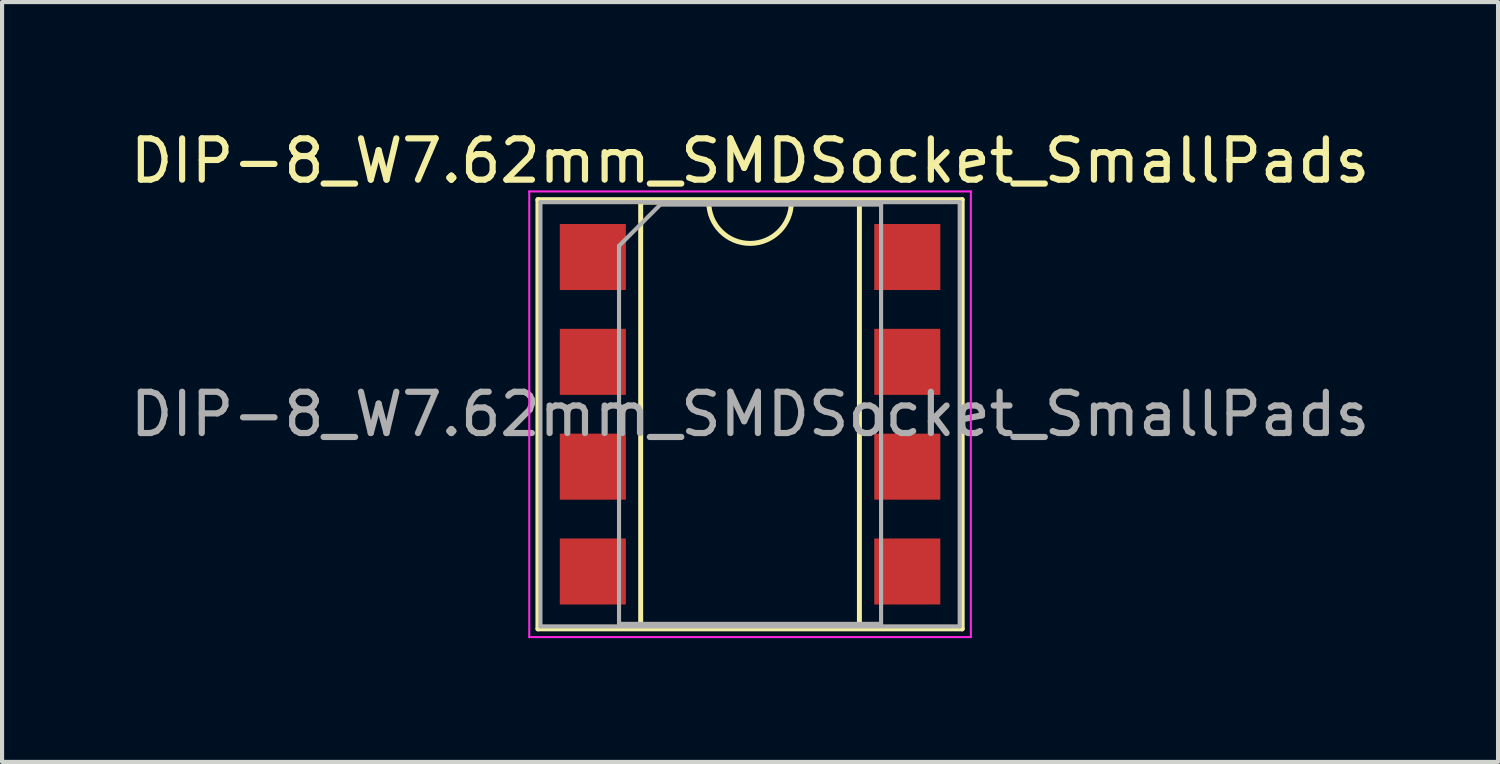
<source format=kicad_pcb>
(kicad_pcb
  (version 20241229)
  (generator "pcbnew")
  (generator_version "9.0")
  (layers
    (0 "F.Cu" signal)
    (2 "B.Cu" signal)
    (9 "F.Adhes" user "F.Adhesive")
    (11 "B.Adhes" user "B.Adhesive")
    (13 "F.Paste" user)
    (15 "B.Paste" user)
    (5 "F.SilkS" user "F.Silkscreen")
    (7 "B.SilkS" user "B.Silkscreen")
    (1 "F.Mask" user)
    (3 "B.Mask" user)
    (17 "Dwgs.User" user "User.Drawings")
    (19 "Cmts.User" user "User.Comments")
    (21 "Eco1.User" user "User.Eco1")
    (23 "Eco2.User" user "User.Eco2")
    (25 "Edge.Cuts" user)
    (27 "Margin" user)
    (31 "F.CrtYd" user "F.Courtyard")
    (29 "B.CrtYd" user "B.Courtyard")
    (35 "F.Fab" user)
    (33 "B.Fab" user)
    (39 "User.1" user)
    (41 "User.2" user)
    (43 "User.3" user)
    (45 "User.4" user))
  (footprint "DIP-8_W7.62mm_SMDSocket_SmallPads"
    (layer "F.Cu")
    (at 15.125 6.988)
    (property "Reference" "DIP-8_W7.62mm_SMDSocket_SmallPads" (at 0 -6.14 0) (layer "F.SilkS") (effects (font (size 1 1) (thickness 0.15))))
    (attr smd)
    (fp_line (start -5.14 -5.2) (end -5.14 5.2) (stroke (width 0.12) (type solid)) (layer "F.SilkS"))
    (fp_line (start -5.14 5.2) (end 5.14 5.2) (stroke (width 0.12) (type solid)) (layer "F.SilkS"))
    (fp_line (start -2.65 -5.14) (end -2.65 5.14) (stroke (width 0.12) (type solid)) (layer "F.SilkS"))
    (fp_line (start -2.65 5.14) (end 2.65 5.14) (stroke (width 0.12) (type solid)) (layer "F.SilkS"))
    (fp_line (start -1 -5.14) (end -2.65 -5.14) (stroke (width 0.12) (type solid)) (layer "F.SilkS"))
    (fp_line (start 2.65 -5.14) (end 1 -5.14) (stroke (width 0.12) (type solid)) (layer "F.SilkS"))
    (fp_line (start 2.65 5.14) (end 2.65 -5.14) (stroke (width 0.12) (type solid)) (layer "F.SilkS"))
    (fp_line (start 5.14 -5.2) (end -5.14 -5.2) (stroke (width 0.12) (type solid)) (layer "F.SilkS"))
    (fp_line (start 5.14 5.2) (end 5.14 -5.2) (stroke (width 0.12) (type solid)) (layer "F.SilkS"))
    (fp_arc (start 1 -5.14) (mid 0 -4.14) (end -1 -5.14) (stroke (width 0.12) (type solid)) (layer "F.SilkS"))
    (fp_line (start -5.35 -5.4) (end -5.35 5.4) (stroke (width 0.05) (type solid)) (layer "F.CrtYd"))
    (fp_line (start -5.35 5.4) (end 5.35 5.4) (stroke (width 0.05) (type solid)) (layer "F.CrtYd"))
    (fp_line (start 5.35 -5.4) (end -5.35 -5.4) (stroke (width 0.05) (type solid)) (layer "F.CrtYd"))
    (fp_line (start 5.35 5.4) (end 5.35 -5.4) (stroke (width 0.05) (type solid)) (layer "F.CrtYd"))
    (fp_line (start -5.08 -5.14) (end -5.08 5.14) (stroke (width 0.1) (type solid)) (layer "F.Fab"))
    (fp_line (start -5.08 5.14) (end 5.08 5.14) (stroke (width 0.1) (type solid)) (layer "F.Fab"))
    (fp_line (start -3.175 -4.08) (end -2.175 -5.08) (stroke (width 0.1) (type solid)) (layer "F.Fab"))
    (fp_line (start -3.175 5.08) (end -3.175 -4.08) (stroke (width 0.1) (type solid)) (layer "F.Fab"))
    (fp_line (start -2.175 -5.08) (end 3.175 -5.08) (stroke (width 0.1) (type solid)) (layer "F.Fab"))
    (fp_line (start 3.175 -5.08) (end 3.175 5.08) (stroke (width 0.1) (type solid)) (layer "F.Fab"))
    (fp_line (start 3.175 5.08) (end -3.175 5.08) (stroke (width 0.1) (type solid)) (layer "F.Fab"))
    (fp_line (start 5.08 -5.14) (end -5.08 -5.14) (stroke (width 0.1) (type solid)) (layer "F.Fab"))
    (fp_line (start 5.08 5.14) (end 5.08 -5.14) (stroke (width 0.1) (type solid)) (layer "F.Fab"))
    (fp_text user "${REFERENCE}" (at 0 0 0) (layer "F.Fab") (effects (font (size 1 1) (thickness 0.15))))
    (pad "1" smd rect (at -3.81 -3.81) (size 1.6 1.6) (layers "F.Cu" "F.Mask" "F.Paste"))
    (pad "2" smd rect (at -3.81 -1.27) (size 1.6 1.6) (layers "F.Cu" "F.Mask" "F.Paste"))
    (pad "3" smd rect (at -3.81 1.27) (size 1.6 1.6) (layers "F.Cu" "F.Mask" "F.Paste"))
    (pad "4" smd rect (at -3.81 3.81) (size 1.6 1.6) (layers "F.Cu" "F.Mask" "F.Paste"))
    (pad "5" smd rect (at 3.81 3.81) (size 1.6 1.6) (layers "F.Cu" "F.Mask" "F.Paste"))
    (pad "6" smd rect (at 3.81 1.27) (size 1.6 1.6) (layers "F.Cu" "F.Mask" "F.Paste"))
    (pad "7" smd rect (at 3.81 -1.27) (size 1.6 1.6) (layers "F.Cu" "F.Mask" "F.Paste"))
    (pad "8" smd rect (at 3.81 -3.81) (size 1.6 1.6) (layers "F.Cu" "F.Mask" "F.Paste")))
  (gr_rect
    (start -3 -3)
    (end 33.25 15.413)
    (stroke (width 0.1) (type default))
    (fill no)
    (layer "Edge.Cuts")))
</source>
